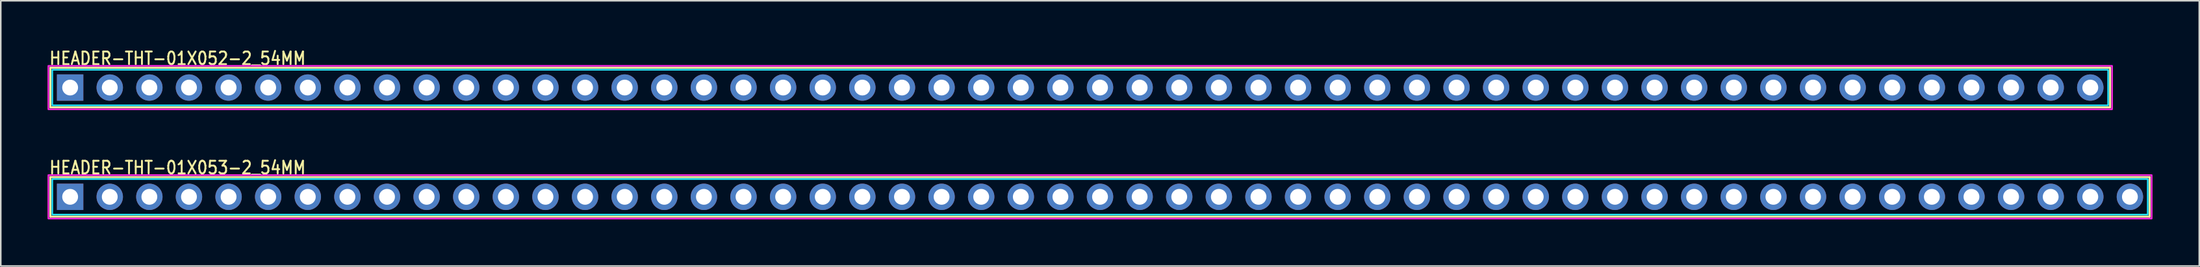
<source format=kicad_pcb>
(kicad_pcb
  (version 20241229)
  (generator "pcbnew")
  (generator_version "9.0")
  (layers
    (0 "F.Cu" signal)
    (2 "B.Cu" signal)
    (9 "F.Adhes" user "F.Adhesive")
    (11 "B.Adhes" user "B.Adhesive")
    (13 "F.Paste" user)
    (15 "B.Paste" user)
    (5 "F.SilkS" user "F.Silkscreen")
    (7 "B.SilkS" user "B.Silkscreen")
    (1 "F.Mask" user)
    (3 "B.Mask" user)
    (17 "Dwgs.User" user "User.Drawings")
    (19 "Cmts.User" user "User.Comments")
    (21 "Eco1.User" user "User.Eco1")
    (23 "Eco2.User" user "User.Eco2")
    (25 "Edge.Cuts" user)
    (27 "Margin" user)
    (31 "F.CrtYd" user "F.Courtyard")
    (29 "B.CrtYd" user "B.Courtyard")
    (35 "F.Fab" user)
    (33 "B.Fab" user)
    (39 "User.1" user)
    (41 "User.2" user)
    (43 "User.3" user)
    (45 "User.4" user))
  (footprint "HEADER-THT-01X053-2_54MM"
    (layer "F.Cu")
    (at 1.447 9.604)
    (property "Reference" "HEADER-THT-01X053-2_54MM" (at -1.4 -1.4 0) (unlocked yes) (layer "F.SilkS") (effects (font (size 0.813 0.695) (thickness 0.122)) (justify left bottom)))
    (fp_line (start -1.27 -1.27) (end -1.27 1.27) (stroke (width 0.127) (type solid)) (layer "F.SilkS"))
    (fp_line (start -1.27 1.27) (end 133.35 1.27) (stroke (width 0.127) (type solid)) (layer "F.SilkS"))
    (fp_line (start 133.35 -1.27) (end -1.27 -1.27) (stroke (width 0.127) (type solid)) (layer "F.SilkS"))
    (fp_line (start 133.35 1.27) (end 133.35 -1.27) (stroke (width 0.127) (type solid)) (layer "F.SilkS"))
    (fp_poly (pts (xy -1.143 -1.143) (xy 133.223 -1.143) (xy 133.223 1.143) (xy -1.143 1.143)) (stroke (width 0.1) (type solid)) (fill no) (layer "B.CrtYd"))
    (fp_poly (pts (xy -1.397 -1.397) (xy 133.477 -1.397) (xy 133.477 1.397) (xy -1.397 1.397)) (stroke (width 0.1) (type solid)) (fill no) (layer "F.CrtYd"))
    (pad "P$1" thru_hole rect (at 0 0) (size 1.693 1.693) (drill 1.016) (layers "*.Cu" "*.Mask"))
    (pad "P$2" thru_hole oval (at 2.54 0) (size 1.693 1.693) (drill 1.016) (layers "*.Cu" "*.Mask"))
    (pad "P$3" thru_hole oval (at 5.08 0) (size 1.693 1.693) (drill 1.016) (layers "*.Cu" "*.Mask"))
    (pad "P$4" thru_hole oval (at 7.62 0) (size 1.693 1.693) (drill 1.016) (layers "*.Cu" "*.Mask"))
    (pad "P$5" thru_hole oval (at 10.16 0) (size 1.693 1.693) (drill 1.016) (layers "*.Cu" "*.Mask"))
    (pad "P$6" thru_hole oval (at 12.7 0) (size 1.693 1.693) (drill 1.016) (layers "*.Cu" "*.Mask"))
    (pad "P$7" thru_hole oval (at 15.24 0) (size 1.693 1.693) (drill 1.016) (layers "*.Cu" "*.Mask"))
    (pad "P$8" thru_hole oval (at 17.78 0) (size 1.693 1.693) (drill 1.016) (layers "*.Cu" "*.Mask"))
    (pad "P$9" thru_hole oval (at 20.32 0) (size 1.693 1.693) (drill 1.016) (layers "*.Cu" "*.Mask"))
    (pad "P$10" thru_hole oval (at 22.86 0) (size 1.693 1.693) (drill 1.016) (layers "*.Cu" "*.Mask"))
    (pad "P$11" thru_hole oval (at 25.4 0) (size 1.693 1.693) (drill 1.016) (layers "*.Cu" "*.Mask"))
    (pad "P$12" thru_hole oval (at 27.94 0) (size 1.693 1.693) (drill 1.016) (layers "*.Cu" "*.Mask"))
    (pad "P$13" thru_hole oval (at 30.48 0) (size 1.693 1.693) (drill 1.016) (layers "*.Cu" "*.Mask"))
    (pad "P$14" thru_hole oval (at 33.02 0) (size 1.693 1.693) (drill 1.016) (layers "*.Cu" "*.Mask"))
    (pad "P$15" thru_hole oval (at 35.56 0) (size 1.693 1.693) (drill 1.016) (layers "*.Cu" "*.Mask"))
    (pad "P$16" thru_hole oval (at 38.1 0) (size 1.693 1.693) (drill 1.016) (layers "*.Cu" "*.Mask"))
    (pad "P$17" thru_hole oval (at 40.64 0) (size 1.693 1.693) (drill 1.016) (layers "*.Cu" "*.Mask"))
    (pad "P$18" thru_hole oval (at 43.18 0) (size 1.693 1.693) (drill 1.016) (layers "*.Cu" "*.Mask"))
    (pad "P$19" thru_hole oval (at 45.72 0) (size 1.693 1.693) (drill 1.016) (layers "*.Cu" "*.Mask"))
    (pad "P$20" thru_hole oval (at 48.26 0) (size 1.693 1.693) (drill 1.016) (layers "*.Cu" "*.Mask"))
    (pad "P$21" thru_hole oval (at 50.8 0) (size 1.693 1.693) (drill 1.016) (layers "*.Cu" "*.Mask"))
    (pad "P$22" thru_hole oval (at 53.34 0) (size 1.693 1.693) (drill 1.016) (layers "*.Cu" "*.Mask"))
    (pad "P$23" thru_hole oval (at 55.88 0) (size 1.693 1.693) (drill 1.016) (layers "*.Cu" "*.Mask"))
    (pad "P$24" thru_hole oval (at 58.42 0) (size 1.693 1.693) (drill 1.016) (layers "*.Cu" "*.Mask"))
    (pad "P$25" thru_hole oval (at 60.96 0) (size 1.693 1.693) (drill 1.016) (layers "*.Cu" "*.Mask"))
    (pad "P$26" thru_hole oval (at 63.5 0) (size 1.693 1.693) (drill 1.016) (layers "*.Cu" "*.Mask"))
    (pad "P$27" thru_hole oval (at 66.04 0) (size 1.693 1.693) (drill 1.016) (layers "*.Cu" "*.Mask"))
    (pad "P$28" thru_hole oval (at 68.58 0) (size 1.693 1.693) (drill 1.016) (layers "*.Cu" "*.Mask"))
    (pad "P$29" thru_hole oval (at 71.12 0) (size 1.693 1.693) (drill 1.016) (layers "*.Cu" "*.Mask"))
    (pad "P$30" thru_hole oval (at 73.66 0) (size 1.693 1.693) (drill 1.016) (layers "*.Cu" "*.Mask"))
    (pad "P$31" thru_hole oval (at 76.2 0) (size 1.693 1.693) (drill 1.016) (layers "*.Cu" "*.Mask"))
    (pad "P$32" thru_hole oval (at 78.74 0) (size 1.693 1.693) (drill 1.016) (layers "*.Cu" "*.Mask"))
    (pad "P$33" thru_hole oval (at 81.28 0) (size 1.693 1.693) (drill 1.016) (layers "*.Cu" "*.Mask"))
    (pad "P$34" thru_hole oval (at 83.82 0) (size 1.693 1.693) (drill 1.016) (layers "*.Cu" "*.Mask"))
    (pad "P$35" thru_hole oval (at 86.36 0) (size 1.693 1.693) (drill 1.016) (layers "*.Cu" "*.Mask"))
    (pad "P$36" thru_hole oval (at 88.9 0) (size 1.693 1.693) (drill 1.016) (layers "*.Cu" "*.Mask"))
    (pad "P$37" thru_hole oval (at 91.44 0) (size 1.693 1.693) (drill 1.016) (layers "*.Cu" "*.Mask"))
    (pad "P$38" thru_hole oval (at 93.98 0) (size 1.693 1.693) (drill 1.016) (layers "*.Cu" "*.Mask"))
    (pad "P$39" thru_hole oval (at 96.52 0) (size 1.693 1.693) (drill 1.016) (layers "*.Cu" "*.Mask"))
    (pad "P$40" thru_hole oval (at 99.06 0) (size 1.693 1.693) (drill 1.016) (layers "*.Cu" "*.Mask"))
    (pad "P$41" thru_hole oval (at 101.6 0) (size 1.693 1.693) (drill 1.016) (layers "*.Cu" "*.Mask"))
    (pad "P$42" thru_hole oval (at 104.14 0) (size 1.693 1.693) (drill 1.016) (layers "*.Cu" "*.Mask"))
    (pad "P$43" thru_hole oval (at 106.68 0) (size 1.693 1.693) (drill 1.016) (layers "*.Cu" "*.Mask"))
    (pad "P$44" thru_hole oval (at 109.22 0) (size 1.693 1.693) (drill 1.016) (layers "*.Cu" "*.Mask"))
    (pad "P$45" thru_hole oval (at 111.76 0) (size 1.693 1.693) (drill 1.016) (layers "*.Cu" "*.Mask"))
    (pad "P$46" thru_hole oval (at 114.3 0) (size 1.693 1.693) (drill 1.016) (layers "*.Cu" "*.Mask"))
    (pad "P$47" thru_hole oval (at 116.84 0) (size 1.693 1.693) (drill 1.016) (layers "*.Cu" "*.Mask"))
    (pad "P$48" thru_hole oval (at 119.38 0) (size 1.693 1.693) (drill 1.016) (layers "*.Cu" "*.Mask"))
    (pad "P$49" thru_hole oval (at 121.92 0) (size 1.693 1.693) (drill 1.016) (layers "*.Cu" "*.Mask"))
    (pad "P$50" thru_hole oval (at 124.46 0) (size 1.693 1.693) (drill 1.016) (layers "*.Cu" "*.Mask"))
    (pad "P$51" thru_hole oval (at 127 0) (size 1.693 1.693) (drill 1.016) (layers "*.Cu" "*.Mask"))
    (pad "P$52" thru_hole oval (at 129.54 0) (size 1.693 1.693) (drill 1.016) (layers "*.Cu" "*.Mask"))
    (pad "P$53" thru_hole oval (at 132.08 0) (size 1.693 1.693) (drill 1.016) (layers "*.Cu" "*.Mask")))
  (footprint "HEADER-THT-01X052-2_54MM"
    (layer "F.Cu")
    (at 1.447 2.579)
    (property "Reference" "HEADER-THT-01X052-2_54MM" (at -1.4 -1.4 0) (unlocked yes) (layer "F.SilkS") (effects (font (size 0.813 0.695) (thickness 0.122)) (justify left bottom)))
    (fp_line (start -1.27 -1.27) (end -1.27 1.27) (stroke (width 0.127) (type solid)) (layer "F.SilkS"))
    (fp_line (start -1.27 1.27) (end 130.81 1.27) (stroke (width 0.127) (type solid)) (layer "F.SilkS"))
    (fp_line (start 130.81 -1.27) (end -1.27 -1.27) (stroke (width 0.127) (type solid)) (layer "F.SilkS"))
    (fp_line (start 130.81 1.27) (end 130.81 -1.27) (stroke (width 0.127) (type solid)) (layer "F.SilkS"))
    (fp_poly (pts (xy -1.143 -1.143) (xy 130.683 -1.143) (xy 130.683 1.143) (xy -1.143 1.143)) (stroke (width 0.1) (type solid)) (fill no) (layer "B.CrtYd"))
    (fp_poly (pts (xy -1.397 -1.397) (xy 130.937 -1.397) (xy 130.937 1.397) (xy -1.397 1.397)) (stroke (width 0.1) (type solid)) (fill no) (layer "F.CrtYd"))
    (pad "1" thru_hole rect (at 0 0) (size 1.693 1.693) (drill 1.016) (layers "*.Cu" "*.Mask"))
    (pad "2" thru_hole oval (at 2.54 0) (size 1.693 1.693) (drill 1.016) (layers "*.Cu" "*.Mask"))
    (pad "3" thru_hole oval (at 5.08 0) (size 1.693 1.693) (drill 1.016) (layers "*.Cu" "*.Mask"))
    (pad "4" thru_hole oval (at 7.62 0) (size 1.693 1.693) (drill 1.016) (layers "*.Cu" "*.Mask"))
    (pad "5" thru_hole oval (at 10.16 0) (size 1.693 1.693) (drill 1.016) (layers "*.Cu" "*.Mask"))
    (pad "6" thru_hole oval (at 12.7 0) (size 1.693 1.693) (drill 1.016) (layers "*.Cu" "*.Mask"))
    (pad "7" thru_hole oval (at 15.24 0) (size 1.693 1.693) (drill 1.016) (layers "*.Cu" "*.Mask"))
    (pad "8" thru_hole oval (at 17.78 0) (size 1.693 1.693) (drill 1.016) (layers "*.Cu" "*.Mask"))
    (pad "9" thru_hole oval (at 20.32 0) (size 1.693 1.693) (drill 1.016) (layers "*.Cu" "*.Mask"))
    (pad "10" thru_hole oval (at 22.86 0) (size 1.693 1.693) (drill 1.016) (layers "*.Cu" "*.Mask"))
    (pad "11" thru_hole oval (at 25.4 0) (size 1.693 1.693) (drill 1.016) (layers "*.Cu" "*.Mask"))
    (pad "12" thru_hole oval (at 27.94 0) (size 1.693 1.693) (drill 1.016) (layers "*.Cu" "*.Mask"))
    (pad "13" thru_hole oval (at 30.48 0) (size 1.693 1.693) (drill 1.016) (layers "*.Cu" "*.Mask"))
    (pad "14" thru_hole oval (at 33.02 0) (size 1.693 1.693) (drill 1.016) (layers "*.Cu" "*.Mask"))
    (pad "15" thru_hole oval (at 35.56 0) (size 1.693 1.693) (drill 1.016) (layers "*.Cu" "*.Mask"))
    (pad "16" thru_hole oval (at 38.1 0) (size 1.693 1.693) (drill 1.016) (layers "*.Cu" "*.Mask"))
    (pad "17" thru_hole oval (at 40.64 0) (size 1.693 1.693) (drill 1.016) (layers "*.Cu" "*.Mask"))
    (pad "18" thru_hole oval (at 43.18 0) (size 1.693 1.693) (drill 1.016) (layers "*.Cu" "*.Mask"))
    (pad "19" thru_hole oval (at 45.72 0) (size 1.693 1.693) (drill 1.016) (layers "*.Cu" "*.Mask"))
    (pad "20" thru_hole oval (at 48.26 0) (size 1.693 1.693) (drill 1.016) (layers "*.Cu" "*.Mask"))
    (pad "21" thru_hole oval (at 50.8 0) (size 1.693 1.693) (drill 1.016) (layers "*.Cu" "*.Mask"))
    (pad "22" thru_hole oval (at 53.34 0) (size 1.693 1.693) (drill 1.016) (layers "*.Cu" "*.Mask"))
    (pad "23" thru_hole oval (at 55.88 0) (size 1.693 1.693) (drill 1.016) (layers "*.Cu" "*.Mask"))
    (pad "24" thru_hole oval (at 58.42 0) (size 1.693 1.693) (drill 1.016) (layers "*.Cu" "*.Mask"))
    (pad "25" thru_hole oval (at 60.96 0) (size 1.693 1.693) (drill 1.016) (layers "*.Cu" "*.Mask"))
    (pad "26" thru_hole oval (at 63.5 0) (size 1.693 1.693) (drill 1.016) (layers "*.Cu" "*.Mask"))
    (pad "27" thru_hole oval (at 66.04 0) (size 1.693 1.693) (drill 1.016) (layers "*.Cu" "*.Mask"))
    (pad "28" thru_hole oval (at 68.58 0) (size 1.693 1.693) (drill 1.016) (layers "*.Cu" "*.Mask"))
    (pad "29" thru_hole oval (at 71.12 0) (size 1.693 1.693) (drill 1.016) (layers "*.Cu" "*.Mask"))
    (pad "30" thru_hole oval (at 73.66 0) (size 1.693 1.693) (drill 1.016) (layers "*.Cu" "*.Mask"))
    (pad "31" thru_hole oval (at 76.2 0) (size 1.693 1.693) (drill 1.016) (layers "*.Cu" "*.Mask"))
    (pad "32" thru_hole oval (at 78.74 0) (size 1.693 1.693) (drill 1.016) (layers "*.Cu" "*.Mask"))
    (pad "33" thru_hole oval (at 81.28 0) (size 1.693 1.693) (drill 1.016) (layers "*.Cu" "*.Mask"))
    (pad "34" thru_hole oval (at 83.82 0) (size 1.693 1.693) (drill 1.016) (layers "*.Cu" "*.Mask"))
    (pad "35" thru_hole oval (at 86.36 0) (size 1.693 1.693) (drill 1.016) (layers "*.Cu" "*.Mask"))
    (pad "36" thru_hole oval (at 88.9 0) (size 1.693 1.693) (drill 1.016) (layers "*.Cu" "*.Mask"))
    (pad "37" thru_hole oval (at 91.44 0) (size 1.693 1.693) (drill 1.016) (layers "*.Cu" "*.Mask"))
    (pad "38" thru_hole oval (at 93.98 0) (size 1.693 1.693) (drill 1.016) (layers "*.Cu" "*.Mask"))
    (pad "39" thru_hole oval (at 96.52 0) (size 1.693 1.693) (drill 1.016) (layers "*.Cu" "*.Mask"))
    (pad "40" thru_hole oval (at 99.06 0) (size 1.693 1.693) (drill 1.016) (layers "*.Cu" "*.Mask"))
    (pad "41" thru_hole oval (at 101.6 0) (size 1.693 1.693) (drill 1.016) (layers "*.Cu" "*.Mask"))
    (pad "42" thru_hole oval (at 104.14 0) (size 1.693 1.693) (drill 1.016) (layers "*.Cu" "*.Mask"))
    (pad "43" thru_hole oval (at 106.68 0) (size 1.693 1.693) (drill 1.016) (layers "*.Cu" "*.Mask"))
    (pad "44" thru_hole oval (at 109.22 0) (size 1.693 1.693) (drill 1.016) (layers "*.Cu" "*.Mask"))
    (pad "45" thru_hole oval (at 111.76 0) (size 1.693 1.693) (drill 1.016) (layers "*.Cu" "*.Mask"))
    (pad "46" thru_hole oval (at 114.3 0) (size 1.693 1.693) (drill 1.016) (layers "*.Cu" "*.Mask"))
    (pad "47" thru_hole oval (at 116.84 0) (size 1.693 1.693) (drill 1.016) (layers "*.Cu" "*.Mask"))
    (pad "48" thru_hole oval (at 119.38 0) (size 1.693 1.693) (drill 1.016) (layers "*.Cu" "*.Mask"))
    (pad "49" thru_hole oval (at 121.92 0) (size 1.693 1.693) (drill 1.016) (layers "*.Cu" "*.Mask"))
    (pad "50" thru_hole oval (at 124.46 0) (size 1.693 1.693) (drill 1.016) (layers "*.Cu" "*.Mask"))
    (pad "51" thru_hole oval (at 127 0) (size 1.693 1.693) (drill 1.016) (layers "*.Cu" "*.Mask"))
    (pad "52" thru_hole oval (at 129.54 0) (size 1.693 1.693) (drill 1.016) (layers "*.Cu" "*.Mask")))
  (gr_rect
    (start -3 -3)
    (end 137.974 14.051)
    (stroke (width 0.1) (type default))
    (fill no)
    (layer "Edge.Cuts")))
</source>
